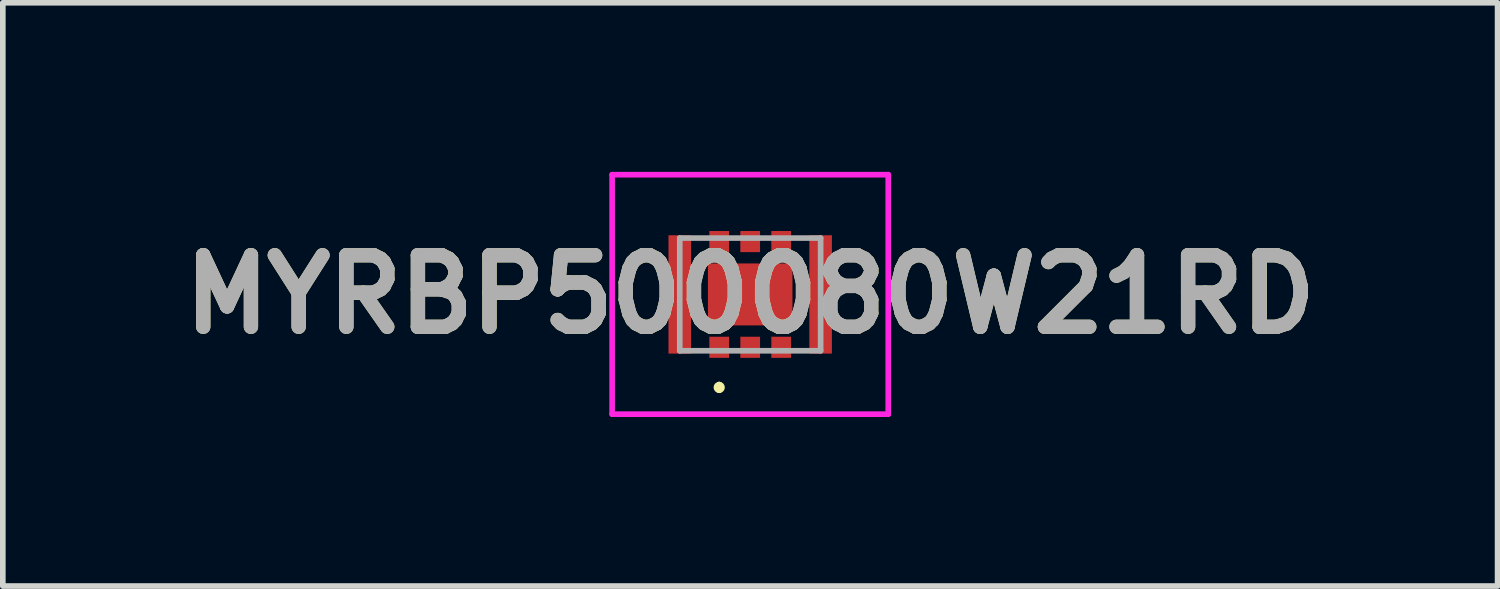
<source format=kicad_pcb>
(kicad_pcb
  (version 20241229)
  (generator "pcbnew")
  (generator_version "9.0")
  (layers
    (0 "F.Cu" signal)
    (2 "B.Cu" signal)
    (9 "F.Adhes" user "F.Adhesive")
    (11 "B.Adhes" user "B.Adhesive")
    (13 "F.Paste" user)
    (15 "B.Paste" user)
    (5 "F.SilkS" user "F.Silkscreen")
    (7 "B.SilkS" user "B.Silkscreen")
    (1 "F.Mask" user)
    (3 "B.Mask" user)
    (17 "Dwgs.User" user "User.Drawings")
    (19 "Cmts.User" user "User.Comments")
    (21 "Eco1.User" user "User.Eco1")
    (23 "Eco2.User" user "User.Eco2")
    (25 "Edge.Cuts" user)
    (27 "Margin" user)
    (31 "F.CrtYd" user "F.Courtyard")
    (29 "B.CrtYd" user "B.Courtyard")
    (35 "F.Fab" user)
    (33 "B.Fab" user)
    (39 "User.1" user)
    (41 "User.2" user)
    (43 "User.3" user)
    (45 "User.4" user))
  (footprint "MYRBP500080W21RD"
    (layer "F.Cu")
    (at 10.263 2.175)
    (property "Reference" "MYRBP500080W21RD" (at 0 0 0) (layer "F.SilkS") (effects (font (size 1.27 1.27) (thickness 0.254))))
    (attr smd)
    (fp_line (start -0.55 1.6) (end -0.55 1.6) (stroke (width 0.1) (type solid)) (layer "F.SilkS"))
    (fp_line (start -0.55 1.7) (end -0.55 1.7) (stroke (width 0.1) (type solid)) (layer "F.SilkS"))
    (fp_arc (start -0.55 1.6) (mid -0.5 1.65) (end -0.55 1.7) (stroke (width 0.1) (type solid)) (layer "F.SilkS"))
    (fp_arc (start -0.55 1.7) (mid -0.6 1.65) (end -0.55 1.6) (stroke (width 0.1) (type solid)) (layer "F.SilkS"))
    (fp_line (start -2.45 -2.125) (end 2.45 -2.125) (stroke (width 0.1) (type solid)) (layer "F.CrtYd"))
    (fp_line (start -2.45 2.125) (end -2.45 -2.125) (stroke (width 0.1) (type solid)) (layer "F.CrtYd"))
    (fp_line (start 2.45 -2.125) (end 2.45 2.125) (stroke (width 0.1) (type solid)) (layer "F.CrtYd"))
    (fp_line (start 2.45 2.125) (end -2.45 2.125) (stroke (width 0.1) (type solid)) (layer "F.CrtYd"))
    (fp_line (start -1.25 -1) (end 1.25 -1) (stroke (width 0.1) (type solid)) (layer "F.Fab"))
    (fp_line (start -1.25 1) (end -1.25 -1) (stroke (width 0.1) (type solid)) (layer "F.Fab"))
    (fp_line (start 1.25 -1) (end 1.25 1) (stroke (width 0.1) (type solid)) (layer "F.Fab"))
    (fp_line (start 1.25 1) (end -1.25 1) (stroke (width 0.1) (type solid)) (layer "F.Fab"))
    (fp_text user "${REFERENCE}" (at 0 0 0) (layer "F.Fab") (effects (font (size 1.27 1.27) (thickness 0.254))))
    (pad "1" smd rect (at -0.55 0.938) (size 0.35 0.375) (layers "F.Cu" "F.Mask" "F.Paste"))
    (pad "2" smd rect (at 0 0.938) (size 0.35 0.375) (layers "F.Cu" "F.Mask" "F.Paste"))
    (pad "3" smd rect (at 0.55 0.938) (size 0.35 0.375) (layers "F.Cu" "F.Mask" "F.Paste"))
    (pad "4" smd rect (at 0.55 -0.938) (size 0.35 0.375) (layers "F.Cu" "F.Mask" "F.Paste"))
    (pad "5" smd rect (at 0 -0.938) (size 0.35 0.375) (layers "F.Cu" "F.Mask" "F.Paste"))
    (pad "6" smd rect (at -0.55 -0.938) (size 0.35 0.375) (layers "F.Cu" "F.Mask" "F.Paste"))
    (pad "7" smd rect (at -1.25 0) (size 0.4 2.1) (layers "F.Cu" "F.Mask" "F.Paste"))
    (pad "8" smd rect (at 1.25 0) (size 0.4 2.1) (layers "F.Cu" "F.Mask" "F.Paste"))
    (pad "9" smd rect (at 0 0 90) (size 1.1 1.5) (layers "F.Cu" "F.Mask" "F.Paste")))
  (gr_rect
    (start -3 -3)
    (end 23.526 7.35)
    (stroke (width 0.1) (type default))
    (fill no)
    (layer "Edge.Cuts")))
</source>
